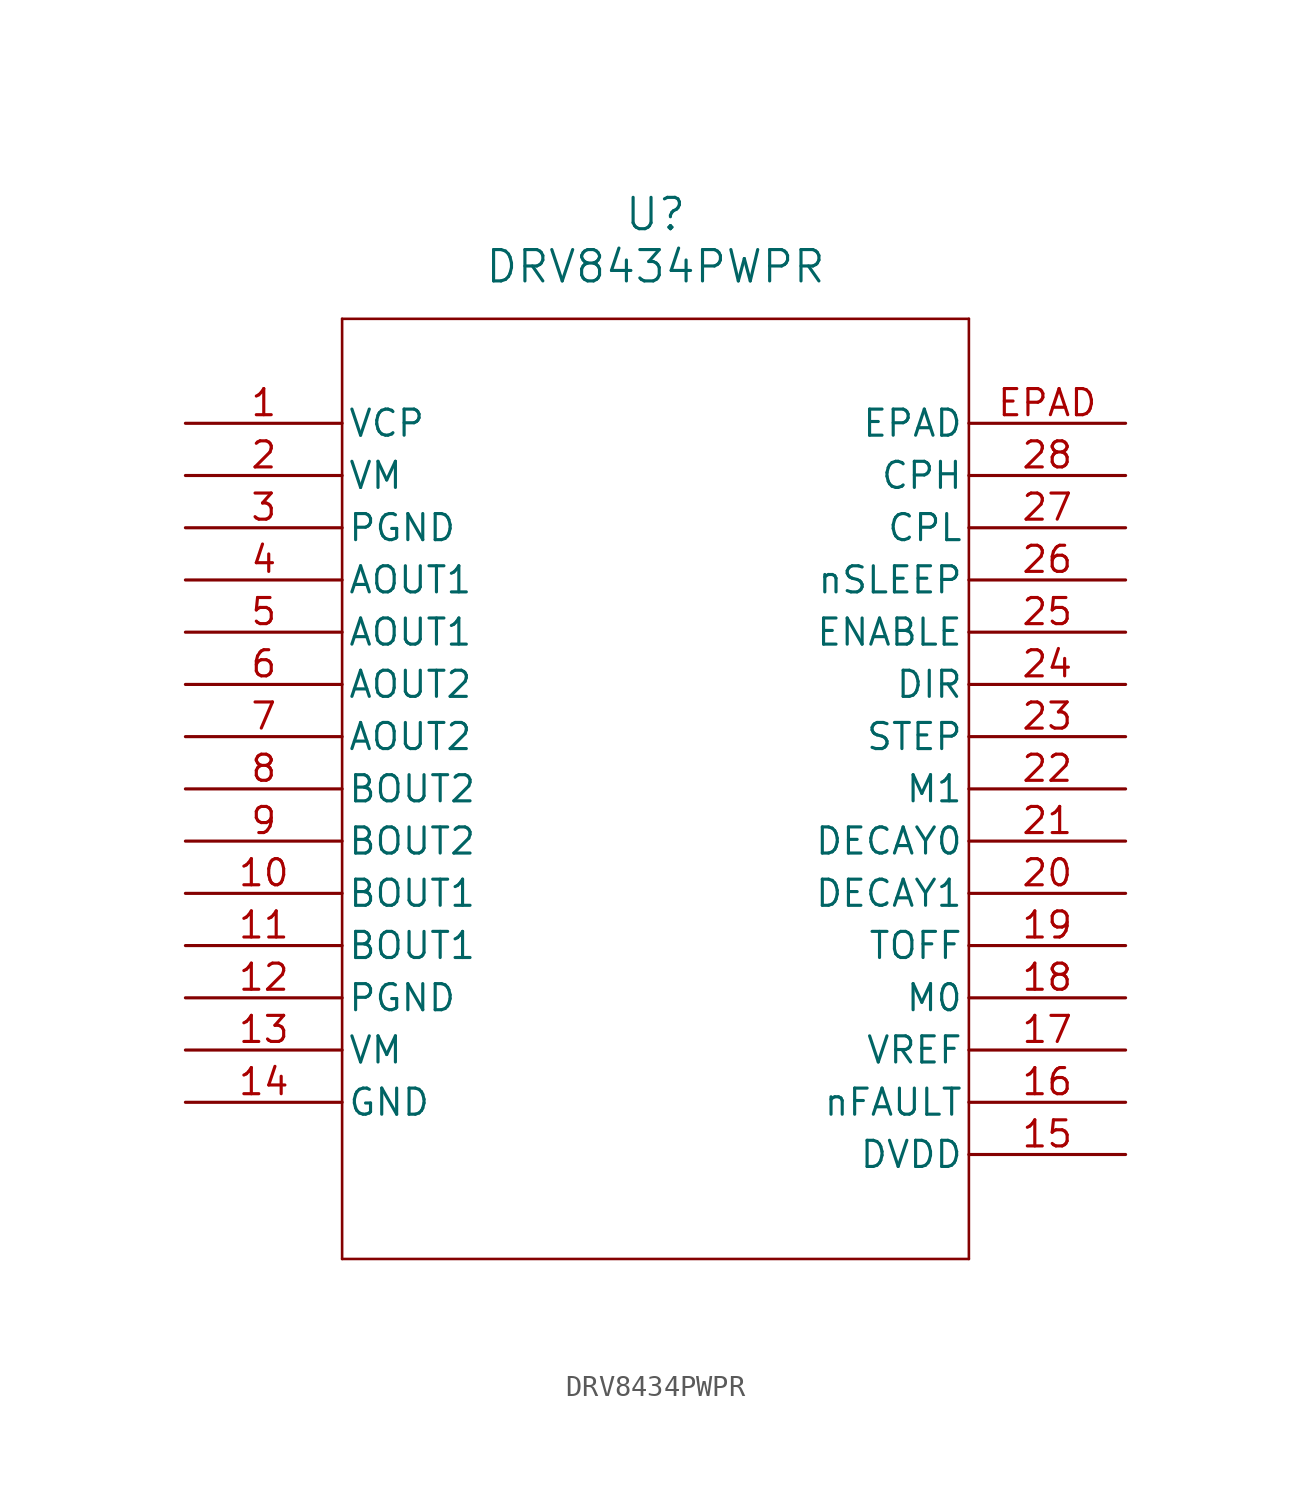
<source format=kicad_sym>
(kicad_symbol_lib
  (version 20241209)
  (generator "kicad_symbol_editor")
  (generator_version "9.0")
  (symbol "DRV8434PWPR"
    (pin_names
      (offset 0.254))
    (property "Reference" "U"
      (at 22.86 10.16 0)
      (effects (font (size 1.524 1.524))))
    (property "Value" "DRV8434PWPR"
      (at 22.86 7.62 0)
      (effects (font (size 1.524 1.524))))
    (property "ki_locked" ""
      (at 0 0 0)
      (effects (font (size 1.27 1.27))))
    (symbol "DRV8434PWPR_0_1"
      (polyline (pts (xy 7.62 5.08) (xy 7.62 -40.64)) (stroke (width 0.127) (type default)) (fill (type none)))
      (polyline (pts (xy 7.62 -40.64) (xy 38.1 -40.64)) (stroke (width 0.127) (type default)) (fill (type none)))
      (polyline (pts (xy 38.1 5.08) (xy 7.62 5.08)) (stroke (width 0.127) (type default)) (fill (type none)))
      (polyline (pts (xy 38.1 -40.64) (xy 38.1 5.08)) (stroke (width 0.127) (type default)) (fill (type none)))
      (pin unspecified line (at 0 0 0) (length 7.62) (name "VCP" (effects (font (size 1.27 1.27)))) (number "1" (effects (font (size 1.27 1.27)))))
      (pin unspecified line (at 0 -2.54 0) (length 7.62) (name "VM" (effects (font (size 1.27 1.27)))) (number "2" (effects (font (size 1.27 1.27)))))
      (pin output line (at 0 -7.62 0) (length 7.62) (name "AOUT1" (effects (font (size 1.27 1.27)))) (number "4" (effects (font (size 1.27 1.27)))))
      (pin output line (at 0 -12.7 0) (length 7.62) (name "AOUT2" (effects (font (size 1.27 1.27)))) (number "6" (effects (font (size 1.27 1.27)))))
      (pin output line (at 0 -17.78 0) (length 7.62) (name "BOUT2" (effects (font (size 1.27 1.27)))) (number "8" (effects (font (size 1.27 1.27)))))
      (pin output line (at 0 -22.86 0) (length 7.62) (name "BOUT1" (effects (font (size 1.27 1.27)))) (number "10" (effects (font (size 1.27 1.27)))))
      (pin unspecified line (at 0 -30.48 0) (length 7.62) (name "VM" (effects (font (size 1.27 1.27)))) (number "13" (effects (font (size 1.27 1.27)))))
      (pin unspecified line (at 45.72 0 180) (length 7.62) (name "EPAD" (effects (font (size 1.27 1.27)))) (number "EPAD" (effects (font (size 1.27 1.27)))))
      (pin unspecified line (at 45.72 -2.54 180) (length 7.62) (name "CPH" (effects (font (size 1.27 1.27)))) (number "28" (effects (font (size 1.27 1.27)))))
      (pin unspecified line (at 45.72 -5.08 180) (length 7.62) (name "CPL" (effects (font (size 1.27 1.27)))) (number "27" (effects (font (size 1.27 1.27)))))
      (pin unspecified line (at 45.72 -7.62 180) (length 7.62) (name "nSLEEP" (effects (font (size 1.27 1.27)))) (number "26" (effects (font (size 1.27 1.27)))))
      (pin unspecified line (at 45.72 -10.16 180) (length 7.62) (name "ENABLE" (effects (font (size 1.27 1.27)))) (number "25" (effects (font (size 1.27 1.27)))))
      (pin unspecified line (at 45.72 -12.7 180) (length 7.62) (name "DIR" (effects (font (size 1.27 1.27)))) (number "24" (effects (font (size 1.27 1.27)))))
      (pin unspecified line (at 45.72 -15.24 180) (length 7.62) (name "STEP" (effects (font (size 1.27 1.27)))) (number "23" (effects (font (size 1.27 1.27)))))
      (pin bidirectional line (at 45.72 -17.78 180) (length 7.62) (name "M1" (effects (font (size 1.27 1.27)))) (number "22" (effects (font (size 1.27 1.27)))))
      (pin bidirectional line (at 45.72 -20.32 180) (length 7.62) (name "DECAY0" (effects (font (size 1.27 1.27)))) (number "21" (effects (font (size 1.27 1.27)))))
      (pin bidirectional line (at 45.72 -22.86 180) (length 7.62) (name "DECAY1" (effects (font (size 1.27 1.27)))) (number "20" (effects (font (size 1.27 1.27)))))
      (pin unspecified line (at 45.72 -25.4 180) (length 7.62) (name "TOFF" (effects (font (size 1.27 1.27)))) (number "19" (effects (font (size 1.27 1.27)))))
      (pin bidirectional line (at 45.72 -27.94 180) (length 7.62) (name "M0" (effects (font (size 1.27 1.27)))) (number "18" (effects (font (size 1.27 1.27)))))
      (pin power_in line (at 45.72 -30.48 180) (length 7.62) (name "VREF" (effects (font (size 1.27 1.27)))) (number "17" (effects (font (size 1.27 1.27)))))
      (pin unspecified line (at 45.72 -33.02 180) (length 7.62) (name "nFAULT" (effects (font (size 1.27 1.27)))) (number "16" (effects (font (size 1.27 1.27)))))
      (pin power_in line (at 45.72 -35.56 180) (length 7.62) (name "DVDD" (effects (font (size 1.27 1.27)))) (number "15" (effects (font (size 1.27 1.27))))))
    (symbol "DRV8434PWPR_1_1"
      (pin power_in line (at 0 -5.08 0) (length 7.62) (name "PGND" (effects (font (size 1.27 1.27)))) (number "3" (effects (font (size 1.27 1.27)))))
      (pin passive line (at 0 -10.16 0) (length 7.62) (name "AOUT1" (effects (font (size 1.27 1.27)))) (number "5" (effects (font (size 1.27 1.27)))))
      (pin passive line (at 0 -15.24 0) (length 7.62) (name "AOUT2" (effects (font (size 1.27 1.27)))) (number "7" (effects (font (size 1.27 1.27)))))
      (pin passive line (at 0 -20.32 0) (length 7.62) (name "BOUT2" (effects (font (size 1.27 1.27)))) (number "9" (effects (font (size 1.27 1.27)))))
      (pin passive line (at 0 -25.4 0) (length 7.62) (name "BOUT1" (effects (font (size 1.27 1.27)))) (number "11" (effects (font (size 1.27 1.27)))))
      (pin power_in line (at 0 -27.94 0) (length 7.62) (name "PGND" (effects (font (size 1.27 1.27)))) (number "12" (effects (font (size 1.27 1.27)))))
      (pin power_in line (at 0 -33.02 0) (length 7.62) (name "GND" (effects (font (size 1.27 1.27)))) (number "14" (effects (font (size 1.27 1.27))))))))
</source>
